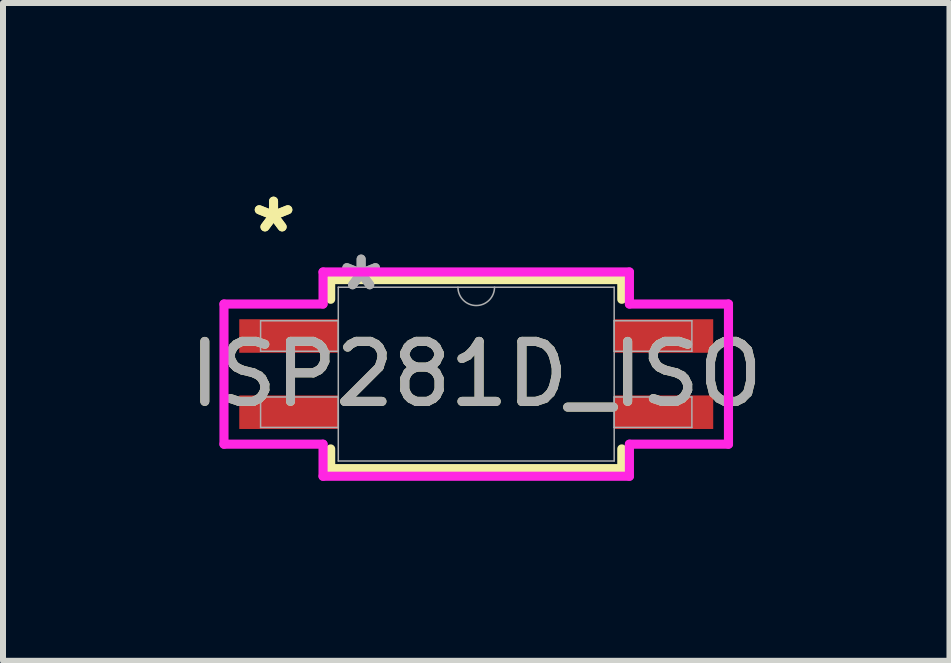
<source format=kicad_pcb>
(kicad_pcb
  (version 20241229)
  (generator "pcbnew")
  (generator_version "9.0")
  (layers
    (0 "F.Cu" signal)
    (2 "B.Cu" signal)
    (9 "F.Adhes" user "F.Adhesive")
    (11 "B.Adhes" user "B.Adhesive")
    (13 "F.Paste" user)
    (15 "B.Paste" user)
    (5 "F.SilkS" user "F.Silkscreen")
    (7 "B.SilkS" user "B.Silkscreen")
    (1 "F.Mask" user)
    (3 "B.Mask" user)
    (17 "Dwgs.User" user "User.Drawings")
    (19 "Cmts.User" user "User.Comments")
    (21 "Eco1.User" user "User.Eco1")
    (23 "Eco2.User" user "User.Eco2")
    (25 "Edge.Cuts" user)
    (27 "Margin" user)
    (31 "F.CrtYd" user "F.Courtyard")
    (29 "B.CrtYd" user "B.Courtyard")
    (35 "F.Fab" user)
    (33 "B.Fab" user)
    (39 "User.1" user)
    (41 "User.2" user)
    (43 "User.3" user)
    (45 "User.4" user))
  (footprint "ISP281D_ISO"
    (layer "F.Cu")
    (at 4.887 3.185)
    (property "Reference" "ISP281D_ISO" (at 0 0 0) (unlocked yes) (layer "F.SilkS") (effects (font (size 1 1) (thickness 0.15))))
    (attr smd)
    (fp_line (start -2.426 -1.575) (end -2.426 -1.247) (stroke (width 0.152) (type solid)) (layer "F.SilkS"))
    (fp_line (start -2.426 1.247) (end -2.426 1.575) (stroke (width 0.152) (type solid)) (layer "F.SilkS"))
    (fp_line (start -2.426 1.575) (end 2.426 1.575) (stroke (width 0.152) (type solid)) (layer "F.SilkS"))
    (fp_line (start 2.426 -1.575) (end -2.426 -1.575) (stroke (width 0.152) (type solid)) (layer "F.SilkS"))
    (fp_line (start 2.426 -1.247) (end 2.426 -1.575) (stroke (width 0.152) (type solid)) (layer "F.SilkS"))
    (fp_line (start 2.426 1.575) (end 2.426 1.247) (stroke (width 0.152) (type solid)) (layer "F.SilkS"))
    (fp_line (start -4.204 -1.168) (end -2.553 -1.168) (stroke (width 0.152) (type solid)) (layer "F.CrtYd"))
    (fp_line (start -4.204 1.168) (end -4.204 -1.168) (stroke (width 0.152) (type solid)) (layer "F.CrtYd"))
    (fp_line (start -4.204 1.168) (end -2.553 1.168) (stroke (width 0.152) (type solid)) (layer "F.CrtYd"))
    (fp_line (start -2.553 -1.702) (end 2.553 -1.702) (stroke (width 0.152) (type solid)) (layer "F.CrtYd"))
    (fp_line (start -2.553 -1.168) (end -2.553 -1.702) (stroke (width 0.152) (type solid)) (layer "F.CrtYd"))
    (fp_line (start -2.553 1.702) (end -2.553 1.168) (stroke (width 0.152) (type solid)) (layer "F.CrtYd"))
    (fp_line (start 2.553 -1.702) (end 2.553 -1.168) (stroke (width 0.152) (type solid)) (layer "F.CrtYd"))
    (fp_line (start 2.553 1.168) (end 2.553 1.702) (stroke (width 0.152) (type solid)) (layer "F.CrtYd"))
    (fp_line (start 2.553 1.702) (end -2.553 1.702) (stroke (width 0.152) (type solid)) (layer "F.CrtYd"))
    (fp_line (start 4.204 -1.168) (end 2.553 -1.168) (stroke (width 0.152) (type solid)) (layer "F.CrtYd"))
    (fp_line (start 4.204 -1.168) (end 4.204 1.168) (stroke (width 0.152) (type solid)) (layer "F.CrtYd"))
    (fp_line (start 4.204 1.168) (end 2.553 1.168) (stroke (width 0.152) (type solid)) (layer "F.CrtYd"))
    (fp_line (start -3.594 -0.889) (end -3.594 -0.381) (stroke (width 0.025) (type solid)) (layer "F.Fab"))
    (fp_line (start -3.594 -0.381) (end -2.299 -0.381) (stroke (width 0.025) (type solid)) (layer "F.Fab"))
    (fp_line (start -3.594 0.381) (end -3.594 0.889) (stroke (width 0.025) (type solid)) (layer "F.Fab"))
    (fp_line (start -3.594 0.889) (end -2.299 0.889) (stroke (width 0.025) (type solid)) (layer "F.Fab"))
    (fp_line (start -2.299 -1.448) (end -2.299 1.448) (stroke (width 0.025) (type solid)) (layer "F.Fab"))
    (fp_line (start -2.299 -0.889) (end -3.594 -0.889) (stroke (width 0.025) (type solid)) (layer "F.Fab"))
    (fp_line (start -2.299 -0.381) (end -2.299 -0.889) (stroke (width 0.025) (type solid)) (layer "F.Fab"))
    (fp_line (start -2.299 0.381) (end -3.594 0.381) (stroke (width 0.025) (type solid)) (layer "F.Fab"))
    (fp_line (start -2.299 0.889) (end -2.299 0.381) (stroke (width 0.025) (type solid)) (layer "F.Fab"))
    (fp_line (start -2.299 1.448) (end 2.299 1.448) (stroke (width 0.025) (type solid)) (layer "F.Fab"))
    (fp_line (start 2.299 -1.448) (end -2.299 -1.448) (stroke (width 0.025) (type solid)) (layer "F.Fab"))
    (fp_line (start 2.299 -0.889) (end 2.299 -0.381) (stroke (width 0.025) (type solid)) (layer "F.Fab"))
    (fp_line (start 2.299 -0.381) (end 3.594 -0.381) (stroke (width 0.025) (type solid)) (layer "F.Fab"))
    (fp_line (start 2.299 0.381) (end 2.299 0.889) (stroke (width 0.025) (type solid)) (layer "F.Fab"))
    (fp_line (start 2.299 0.889) (end 3.594 0.889) (stroke (width 0.025) (type solid)) (layer "F.Fab"))
    (fp_line (start 2.299 1.448) (end 2.299 -1.448) (stroke (width 0.025) (type solid)) (layer "F.Fab"))
    (fp_line (start 3.594 -0.889) (end 2.299 -0.889) (stroke (width 0.025) (type solid)) (layer "F.Fab"))
    (fp_line (start 3.594 -0.381) (end 3.594 -0.889) (stroke (width 0.025) (type solid)) (layer "F.Fab"))
    (fp_line (start 3.594 0.381) (end 2.299 0.381) (stroke (width 0.025) (type solid)) (layer "F.Fab"))
    (fp_line (start 3.594 0.889) (end 3.594 0.381) (stroke (width 0.025) (type solid)) (layer "F.Fab"))
    (fp_arc (start 0.3048 -1.4478) (mid 0 -1.143) (end -0.3048 -1.4478) (stroke (width 0.0254) (type solid)) (layer "F.Fab"))
    (fp_text user "*" (at -3.378 -2.337 0) (unlocked yes) (layer "F.SilkS") (effects (font (size 1 1) (thickness 0.15))))
    (fp_text user "*" (at -3.378 -2.337 0) (layer "F.SilkS") (effects (font (size 1 1) (thickness 0.15))))
    (fp_text user "*" (at -1.918 -1.372 0) (layer "F.Fab") (effects (font (size 1 1) (thickness 0.15))))
    (fp_text user "*" (at -1.918 -1.372 0) (unlocked yes) (layer "F.Fab") (effects (font (size 1 1) (thickness 0.15))))
    (fp_text user "${REFERENCE}" (at 0 0 0) (unlocked yes) (layer "F.Fab") (effects (font (size 1 1) (thickness 0.15))))
    (pad "1" smd rect (at -3.124 -0.635) (size 1.651 0.559) (layers "F.Cu" "F.Mask" "F.Paste"))
    (pad "2" smd rect (at -3.124 0.635) (size 1.651 0.559) (layers "F.Cu" "F.Mask" "F.Paste"))
    (pad "3" smd rect (at 3.124 0.635) (size 1.651 0.559) (layers "F.Cu" "F.Mask" "F.Paste"))
    (pad "4" smd rect (at 3.124 -0.635) (size 1.651 0.559) (layers "F.Cu" "F.Mask" "F.Paste")))
  (gr_rect
    (start -3 -3)
    (end 12.774 7.963)
    (stroke (width 0.1) (type default))
    (fill no)
    (layer "Edge.Cuts")))
</source>
